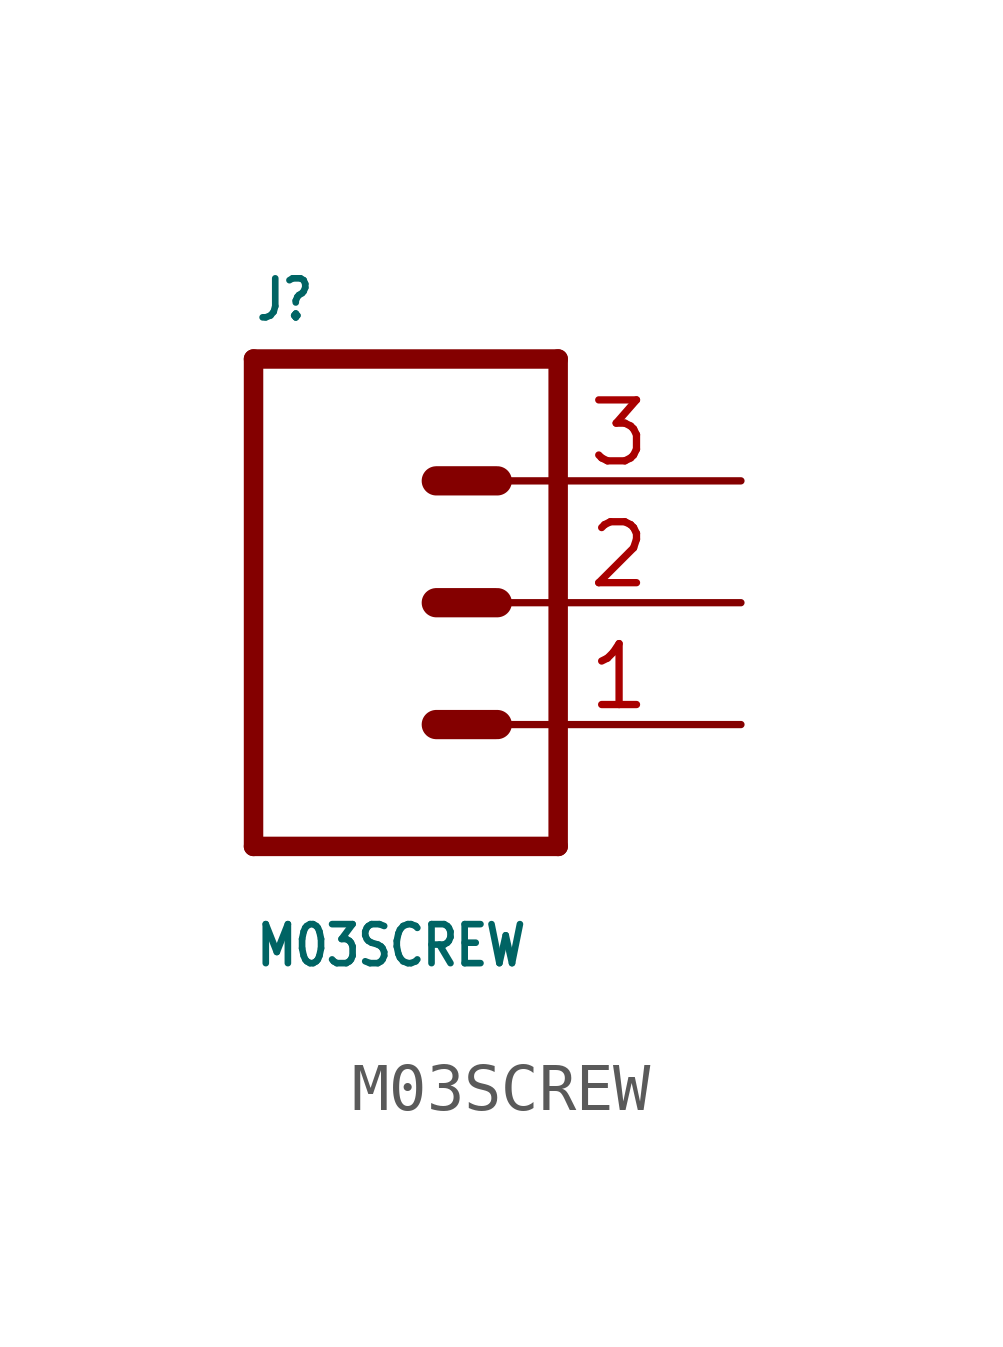
<source format=kicad_sym>
(kicad_symbol_lib
  (version 20211014)
  (generator kicad_symbol_editor)
  (symbol "M03SCREW"
    (property "Reference" "J"
      (at -2.54 5.842 0)
      (effects (font (size 0.813 0.691) bold) (justify left bottom)))
    (property "Value" "M03SCREW"
      (at -2.54 -7.62 0)
      (effects (font (size 0.813 0.691) bold) (justify left bottom)))
    (property "ki_locked" ""
      (at 0 0 0)
      (effects (font (size 1.27 1.27))))
    (symbol "M03SCREW_1_0"
      (polyline (pts (xy -2.54 5.08) (xy -2.54 -5.08)) (stroke (width 0.406) (type default) (color 0 0 0 0)) (fill (type none)))
      (polyline (pts (xy -2.54 5.08) (xy 3.81 5.08)) (stroke (width 0.406) (type default) (color 0 0 0 0)) (fill (type none)))
      (polyline (pts (xy 1.27 -2.54) (xy 2.54 -2.54)) (stroke (width 0.61) (type default) (color 0 0 0 0)) (fill (type none)))
      (polyline (pts (xy 1.27 0) (xy 2.54 0)) (stroke (width 0.61) (type default) (color 0 0 0 0)) (fill (type none)))
      (polyline (pts (xy 1.27 2.54) (xy 2.54 2.54)) (stroke (width 0.61) (type default) (color 0 0 0 0)) (fill (type none)))
      (polyline (pts (xy 3.81 -5.08) (xy -2.54 -5.08)) (stroke (width 0.406) (type default) (color 0 0 0 0)) (fill (type none)))
      (polyline (pts (xy 3.81 -5.08) (xy 3.81 5.08)) (stroke (width 0.406) (type default) (color 0 0 0 0)) (fill (type none)))
      (pin passive line (at 7.62 -2.54 180) (length 5.08) (name "1" (effects (font (size 0 0)))) (number "1" (effects (font (size 1.27 1.27)))))
      (pin passive line (at 7.62 0 180) (length 5.08) (name "2" (effects (font (size 0 0)))) (number "2" (effects (font (size 1.27 1.27)))))
      (pin passive line (at 7.62 2.54 180) (length 5.08) (name "3" (effects (font (size 0 0)))) (number "3" (effects (font (size 1.27 1.27))))))))
</source>
